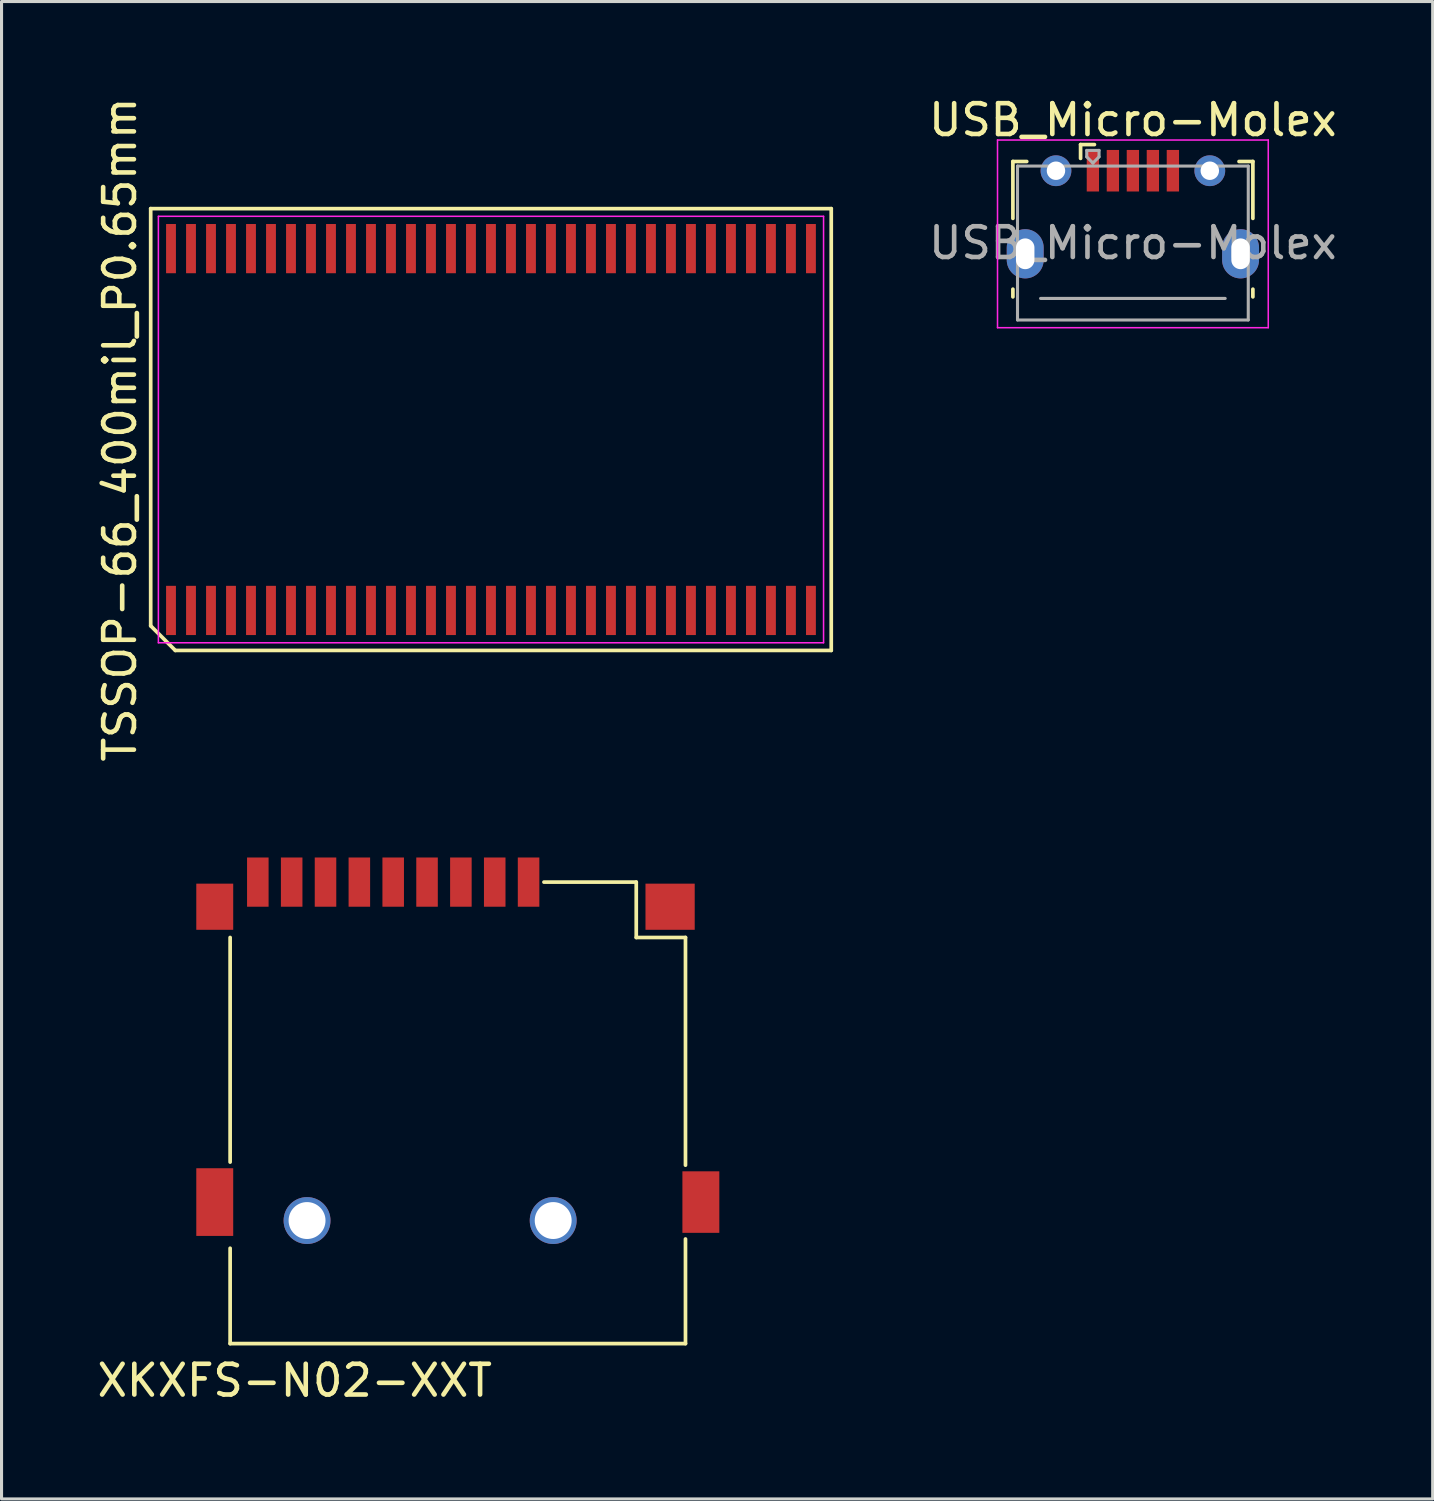
<source format=kicad_pcb>
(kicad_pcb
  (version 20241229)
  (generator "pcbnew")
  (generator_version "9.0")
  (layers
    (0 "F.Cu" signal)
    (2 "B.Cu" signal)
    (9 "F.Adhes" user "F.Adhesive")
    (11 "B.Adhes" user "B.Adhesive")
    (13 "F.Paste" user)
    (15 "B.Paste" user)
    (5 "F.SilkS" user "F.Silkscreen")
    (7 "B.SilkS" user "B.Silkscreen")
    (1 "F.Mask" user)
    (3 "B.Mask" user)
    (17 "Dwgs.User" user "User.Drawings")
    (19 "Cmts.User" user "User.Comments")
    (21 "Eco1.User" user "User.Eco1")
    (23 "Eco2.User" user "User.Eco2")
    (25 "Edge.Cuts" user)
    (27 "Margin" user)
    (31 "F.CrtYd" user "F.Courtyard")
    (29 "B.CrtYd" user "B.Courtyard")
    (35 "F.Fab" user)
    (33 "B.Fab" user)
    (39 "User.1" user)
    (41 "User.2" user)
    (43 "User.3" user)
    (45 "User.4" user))
  (footprint "XKXFS-N02-XXT"
    (layer "F.Cu")
    (at 4.13 36.221)
    (property "Reference" "XKXFS-N02-XXT" (at 2.4 5.6 0) (layer "F.SilkS") (effects (font (size 1 1) (thickness 0.15))))
    (attr through_hole)
    (fp_line (start 0.3 -8.8) (end 0.3 -1.5) (stroke (width 0.12) (type solid)) (layer "F.SilkS"))
    (fp_line (start 0.3 4.4) (end 0.3 1.3) (stroke (width 0.12) (type solid)) (layer "F.SilkS"))
    (fp_line (start 10.5 -10.6) (end 13.5 -10.6) (stroke (width 0.12) (type solid)) (layer "F.SilkS"))
    (fp_line (start 13.5 -10.6) (end 13.5 -8.8) (stroke (width 0.12) (type solid)) (layer "F.SilkS"))
    (fp_line (start 13.5 -8.8) (end 15.1 -8.8) (stroke (width 0.12) (type solid)) (layer "F.SilkS"))
    (fp_line (start 15.1 -8.8) (end 15.1 -1.4) (stroke (width 0.12) (type solid)) (layer "F.SilkS"))
    (fp_line (start 15.1 1) (end 15.1 4.4) (stroke (width 0.12) (type solid)) (layer "F.SilkS"))
    (fp_line (start 15.1 4.4) (end 0.3 4.4) (stroke (width 0.12) (type solid)) (layer "F.SilkS"))
    (pad "" np_thru_hole circle (at 2.8 0.4) (size 1.524 1.524) (drill 1.2) (layers "*.Cu" "*.Mask"))
    (pad "" np_thru_hole circle (at 10.8 0.4) (size 1.524 1.524) (drill 1.2) (layers "*.Cu" "*.Mask"))
    (pad "1" smd rect (at 10 -10.6) (size 0.7 1.6) (layers "F.Cu" "F.Mask" "F.Paste"))
    (pad "2" smd rect (at 8.9 -10.6) (size 0.7 1.6) (layers "F.Cu" "F.Mask" "F.Paste"))
    (pad "3" smd rect (at 7.8 -10.6) (size 0.7 1.6) (layers "F.Cu" "F.Mask" "F.Paste"))
    (pad "4" smd rect (at 6.7 -10.6) (size 0.7 1.6) (layers "F.Cu" "F.Mask" "F.Paste"))
    (pad "5" smd rect (at 5.6 -10.6) (size 0.7 1.6) (layers "F.Cu" "F.Mask" "F.Paste"))
    (pad "6" smd rect (at 4.5 -10.6) (size 0.7 1.6) (layers "F.Cu" "F.Mask" "F.Paste"))
    (pad "7" smd rect (at 3.4 -10.6) (size 0.7 1.6) (layers "F.Cu" "F.Mask" "F.Paste"))
    (pad "8" smd rect (at 2.3 -10.6) (size 0.7 1.6) (layers "F.Cu" "F.Mask" "F.Paste"))
    (pad "9" smd rect (at 1.2 -10.6) (size 0.7 1.6) (layers "F.Cu" "F.Mask" "F.Paste"))
    (pad "10" smd rect (at -0.2 -9.8) (size 1.2 1.5) (layers "F.Cu" "F.Mask" "F.Paste"))
    (pad "10" smd rect (at -0.2 -0.2) (size 1.2 2.2) (layers "F.Cu" "F.Mask" "F.Paste"))
    (pad "11" smd rect (at 14.6 -9.8) (size 1.6 1.5) (layers "F.Cu" "F.Mask" "F.Paste"))
    (pad "11" smd rect (at 15.6 -0.2) (size 1.2 2) (layers "F.Cu" "F.Mask" "F.Paste")))
  (footprint "USB_Micro-Molex"
    (layer "F.Cu")
    (at 33.772 3.961)
    (property "Reference" "USB_Micro-Molex" (at 0 -3.112 0) (layer "F.SilkS") (effects (font (size 1 1) (thickness 0.15))))
    (attr smd)
    (fp_line (start -3.9 -1.762) (end -3.45 -1.762) (stroke (width 0.12) (type solid)) (layer "F.SilkS"))
    (fp_line (start -3.9 0.087) (end -3.9 -1.762) (stroke (width 0.12) (type solid)) (layer "F.SilkS"))
    (fp_line (start -3.9 2.638) (end -3.9 2.388) (stroke (width 0.12) (type solid)) (layer "F.SilkS"))
    (fp_line (start -1.7 -2.312) (end -1.7 -1.863) (stroke (width 0.12) (type solid)) (layer "F.SilkS"))
    (fp_line (start -1.7 -2.312) (end -1.25 -2.312) (stroke (width 0.12) (type solid)) (layer "F.SilkS"))
    (fp_line (start 3.9 -1.762) (end 3.45 -1.762) (stroke (width 0.12) (type solid)) (layer "F.SilkS"))
    (fp_line (start 3.9 0.087) (end 3.9 -1.762) (stroke (width 0.12) (type solid)) (layer "F.SilkS"))
    (fp_line (start 3.9 2.638) (end 3.9 2.388) (stroke (width 0.12) (type solid)) (layer "F.SilkS"))
    (fp_line (start -4.4 -2.46) (end 4.4 -2.46) (stroke (width 0.05) (type solid)) (layer "F.CrtYd"))
    (fp_line (start -4.4 3.64) (end -4.4 -2.46) (stroke (width 0.05) (type solid)) (layer "F.CrtYd"))
    (fp_line (start -4.4 3.64) (end 4.4 3.64) (stroke (width 0.05) (type solid)) (layer "F.CrtYd"))
    (fp_line (start 4.4 -2.46) (end 4.4 3.64) (stroke (width 0.05) (type solid)) (layer "F.CrtYd"))
    (fp_line (start -3.75 -1.613) (end 3.75 -1.613) (stroke (width 0.1) (type solid)) (layer "F.Fab"))
    (fp_line (start -3.75 3.388) (end -3.75 -1.613) (stroke (width 0.1) (type solid)) (layer "F.Fab"))
    (fp_line (start -3.75 3.389) (end 3.75 3.389) (stroke (width 0.1) (type solid)) (layer "F.Fab"))
    (fp_line (start -3 2.689) (end 3 2.689) (stroke (width 0.1) (type solid)) (layer "F.Fab"))
    (fp_line (start -1.5 -2.123) (end -1.5 -1.913) (stroke (width 0.1) (type solid)) (layer "F.Fab"))
    (fp_line (start -1.5 -2.123) (end -1.1 -2.123) (stroke (width 0.1) (type solid)) (layer "F.Fab"))
    (fp_line (start -1.3 -1.712) (end -1.5 -1.913) (stroke (width 0.1) (type solid)) (layer "F.Fab"))
    (fp_line (start -1.1 -2.123) (end -1.1 -1.913) (stroke (width 0.1) (type solid)) (layer "F.Fab"))
    (fp_line (start -1.1 -1.913) (end -1.3 -1.712) (stroke (width 0.1) (type solid)) (layer "F.Fab"))
    (fp_line (start 3.75 3.388) (end 3.75 -1.613) (stroke (width 0.1) (type solid)) (layer "F.Fab"))
    (fp_text user "${REFERENCE}" (at 0 0.887 0) (layer "F.Fab") (effects (font (size 1 1) (thickness 0.15))))
    (pad "1" smd rect (at -1.3 -1.462) (size 0.4 1.35) (layers "F.Cu" "F.Mask" "F.Paste"))
    (pad "2" smd rect (at -0.65 -1.462) (size 0.4 1.35) (layers "F.Cu" "F.Mask" "F.Paste"))
    (pad "3" smd rect (at 0 -1.462) (size 0.4 1.35) (layers "F.Cu" "F.Mask" "F.Paste"))
    (pad "4" smd rect (at 0.65 -1.462) (size 0.4 1.35) (layers "F.Cu" "F.Mask" "F.Paste"))
    (pad "5" smd rect (at 1.3 -1.462) (size 0.4 1.35) (layers "F.Cu" "F.Mask" "F.Paste"))
    (pad "6" thru_hole oval (at -3.5 1.238 180) (size 1.2 1.6) (drill oval 0.6 1) (layers "*.Cu" "*.Mask"))
    (pad "6" thru_hole circle (at -2.5 -1.462) (size 1 1) (drill 0.6) (layers "*.Cu" "*.Mask"))
    (pad "6" thru_hole circle (at 2.5 -1.462) (size 1 1) (drill 0.6) (layers "*.Cu" "*.Mask"))
    (pad "6" thru_hole oval (at 3.5 1.238) (size 1.2 1.6) (drill oval 0.6 1) (layers "*.Cu" "*.Mask")))
  (footprint "TSSOP-66_400mil_P0.65mm"
    (layer "F.Cu")
    (at 12.908 10.911)
    (property "Reference" "TSSOP-66_400mil_P0.65mm" (at -12.06 0 90) (layer "F.SilkS") (effects (font (size 1 1) (thickness 0.15))))
    (attr smd)
    (fp_line (start -11.06 -7.18) (end 11.06 -7.18) (stroke (width 0.12) (type solid)) (layer "F.SilkS"))
    (fp_line (start -11.06 6.38) (end -11.06 -7.18) (stroke (width 0.12) (type solid)) (layer "F.SilkS"))
    (fp_line (start -10.26 7.18) (end -11.06 6.38) (stroke (width 0.12) (type solid)) (layer "F.SilkS"))
    (fp_line (start 11.06 -7.18) (end 11.06 7.18) (stroke (width 0.12) (type solid)) (layer "F.SilkS"))
    (fp_line (start 11.06 7.18) (end -10.26 7.18) (stroke (width 0.12) (type solid)) (layer "F.SilkS"))
    (fp_line (start -10.81 -6.93) (end 10.81 -6.93) (stroke (width 0.05) (type solid)) (layer "F.CrtYd"))
    (fp_line (start -10.81 6.93) (end -10.81 -6.93) (stroke (width 0.05) (type solid)) (layer "F.CrtYd"))
    (fp_line (start 10.81 -6.93) (end 10.81 6.93) (stroke (width 0.05) (type solid)) (layer "F.CrtYd"))
    (fp_line (start 10.81 6.93) (end -10.81 6.93) (stroke (width 0.05) (type solid)) (layer "F.CrtYd"))
    (pad "1" smd rect (at -10.4 5.88) (size 0.32 1.6) (layers "F.Cu" "F.Mask" "F.Paste"))
    (pad "2" smd rect (at -9.75 5.88) (size 0.32 1.6) (layers "F.Cu" "F.Mask" "F.Paste"))
    (pad "3" smd rect (at -9.1 5.88) (size 0.32 1.6) (layers "F.Cu" "F.Mask" "F.Paste"))
    (pad "4" smd rect (at -8.45 5.88) (size 0.32 1.6) (layers "F.Cu" "F.Mask" "F.Paste"))
    (pad "5" smd rect (at -7.8 5.88) (size 0.32 1.6) (layers "F.Cu" "F.Mask" "F.Paste"))
    (pad "6" smd rect (at -7.15 5.88) (size 0.32 1.6) (layers "F.Cu" "F.Mask" "F.Paste"))
    (pad "7" smd rect (at -6.5 5.88) (size 0.32 1.6) (layers "F.Cu" "F.Mask" "F.Paste"))
    (pad "8" smd rect (at -5.85 5.88) (size 0.32 1.6) (layers "F.Cu" "F.Mask" "F.Paste"))
    (pad "9" smd rect (at -5.2 5.88) (size 0.32 1.6) (layers "F.Cu" "F.Mask" "F.Paste"))
    (pad "10" smd rect (at -4.55 5.88) (size 0.32 1.6) (layers "F.Cu" "F.Mask" "F.Paste"))
    (pad "11" smd rect (at -3.9 5.88) (size 0.32 1.6) (layers "F.Cu" "F.Mask" "F.Paste"))
    (pad "12" smd rect (at -3.25 5.88) (size 0.32 1.6) (layers "F.Cu" "F.Mask" "F.Paste"))
    (pad "13" smd rect (at -2.6 5.88) (size 0.32 1.6) (layers "F.Cu" "F.Mask" "F.Paste"))
    (pad "14" smd rect (at -1.95 5.88) (size 0.32 1.6) (layers "F.Cu" "F.Mask" "F.Paste"))
    (pad "15" smd rect (at -1.3 5.88) (size 0.32 1.6) (layers "F.Cu" "F.Mask" "F.Paste"))
    (pad "16" smd rect (at -0.65 5.88) (size 0.32 1.6) (layers "F.Cu" "F.Mask" "F.Paste"))
    (pad "17" smd rect (at 0 5.88) (size 0.32 1.6) (layers "F.Cu" "F.Mask" "F.Paste"))
    (pad "18" smd rect (at 0.65 5.88) (size 0.32 1.6) (layers "F.Cu" "F.Mask" "F.Paste"))
    (pad "19" smd rect (at 1.3 5.88) (size 0.32 1.6) (layers "F.Cu" "F.Mask" "F.Paste"))
    (pad "20" smd rect (at 1.95 5.88) (size 0.32 1.6) (layers "F.Cu" "F.Mask" "F.Paste"))
    (pad "21" smd rect (at 2.6 5.88) (size 0.32 1.6) (layers "F.Cu" "F.Mask" "F.Paste"))
    (pad "22" smd rect (at 3.25 5.88) (size 0.32 1.6) (layers "F.Cu" "F.Mask" "F.Paste"))
    (pad "23" smd rect (at 3.9 5.88) (size 0.32 1.6) (layers "F.Cu" "F.Mask" "F.Paste"))
    (pad "24" smd rect (at 4.55 5.88) (size 0.32 1.6) (layers "F.Cu" "F.Mask" "F.Paste"))
    (pad "25" smd rect (at 5.2 5.88) (size 0.32 1.6) (layers "F.Cu" "F.Mask" "F.Paste"))
    (pad "26" smd rect (at 5.85 5.88) (size 0.32 1.6) (layers "F.Cu" "F.Mask" "F.Paste"))
    (pad "27" smd rect (at 6.5 5.88) (size 0.32 1.6) (layers "F.Cu" "F.Mask" "F.Paste"))
    (pad "28" smd rect (at 7.15 5.88) (size 0.32 1.6) (layers "F.Cu" "F.Mask" "F.Paste"))
    (pad "29" smd rect (at 7.8 5.88) (size 0.32 1.6) (layers "F.Cu" "F.Mask" "F.Paste"))
    (pad "30" smd rect (at 8.45 5.88) (size 0.32 1.6) (layers "F.Cu" "F.Mask" "F.Paste"))
    (pad "31" smd rect (at 9.1 5.88) (size 0.32 1.6) (layers "F.Cu" "F.Mask" "F.Paste"))
    (pad "32" smd rect (at 9.75 5.88) (size 0.32 1.6) (layers "F.Cu" "F.Mask" "F.Paste"))
    (pad "33" smd rect (at 10.4 5.88) (size 0.32 1.6) (layers "F.Cu" "F.Mask" "F.Paste"))
    (pad "34" smd rect (at 10.4 -5.88) (size 0.32 1.6) (layers "F.Cu" "F.Mask" "F.Paste"))
    (pad "35" smd rect (at 9.75 -5.88) (size 0.32 1.6) (layers "F.Cu" "F.Mask" "F.Paste"))
    (pad "36" smd rect (at 9.1 -5.88) (size 0.32 1.6) (layers "F.Cu" "F.Mask" "F.Paste"))
    (pad "37" smd rect (at 8.45 -5.88) (size 0.32 1.6) (layers "F.Cu" "F.Mask" "F.Paste"))
    (pad "38" smd rect (at 7.8 -5.88) (size 0.32 1.6) (layers "F.Cu" "F.Mask" "F.Paste"))
    (pad "39" smd rect (at 7.15 -5.88) (size 0.32 1.6) (layers "F.Cu" "F.Mask" "F.Paste"))
    (pad "40" smd rect (at 6.5 -5.88) (size 0.32 1.6) (layers "F.Cu" "F.Mask" "F.Paste"))
    (pad "41" smd rect (at 5.85 -5.88) (size 0.32 1.6) (layers "F.Cu" "F.Mask" "F.Paste"))
    (pad "42" smd rect (at 5.2 -5.88) (size 0.32 1.6) (layers "F.Cu" "F.Mask" "F.Paste"))
    (pad "43" smd rect (at 4.55 -5.88) (size 0.32 1.6) (layers "F.Cu" "F.Mask" "F.Paste"))
    (pad "44" smd rect (at 3.9 -5.88) (size 0.32 1.6) (layers "F.Cu" "F.Mask" "F.Paste"))
    (pad "45" smd rect (at 3.25 -5.88) (size 0.32 1.6) (layers "F.Cu" "F.Mask" "F.Paste"))
    (pad "46" smd rect (at 2.6 -5.88) (size 0.32 1.6) (layers "F.Cu" "F.Mask" "F.Paste"))
    (pad "47" smd rect (at 1.95 -5.88) (size 0.32 1.6) (layers "F.Cu" "F.Mask" "F.Paste"))
    (pad "48" smd rect (at 1.3 -5.88) (size 0.32 1.6) (layers "F.Cu" "F.Mask" "F.Paste"))
    (pad "49" smd rect (at 0.65 -5.88) (size 0.32 1.6) (layers "F.Cu" "F.Mask" "F.Paste"))
    (pad "50" smd rect (at 0 -5.88) (size 0.32 1.6) (layers "F.Cu" "F.Mask" "F.Paste"))
    (pad "51" smd rect (at -0.65 -5.88) (size 0.32 1.6) (layers "F.Cu" "F.Mask" "F.Paste"))
    (pad "52" smd rect (at -1.3 -5.88) (size 0.32 1.6) (layers "F.Cu" "F.Mask" "F.Paste"))
    (pad "53" smd rect (at -1.95 -5.88) (size 0.32 1.6) (layers "F.Cu" "F.Mask" "F.Paste"))
    (pad "54" smd rect (at -2.6 -5.88) (size 0.32 1.6) (layers "F.Cu" "F.Mask" "F.Paste"))
    (pad "55" smd rect (at -3.25 -5.88) (size 0.32 1.6) (layers "F.Cu" "F.Mask" "F.Paste"))
    (pad "56" smd rect (at -3.9 -5.88) (size 0.32 1.6) (layers "F.Cu" "F.Mask" "F.Paste"))
    (pad "57" smd rect (at -4.55 -5.88) (size 0.32 1.6) (layers "F.Cu" "F.Mask" "F.Paste"))
    (pad "58" smd rect (at -5.2 -5.88) (size 0.32 1.6) (layers "F.Cu" "F.Mask" "F.Paste"))
    (pad "59" smd rect (at -5.85 -5.88) (size 0.32 1.6) (layers "F.Cu" "F.Mask" "F.Paste"))
    (pad "60" smd rect (at -6.5 -5.88) (size 0.32 1.6) (layers "F.Cu" "F.Mask" "F.Paste"))
    (pad "61" smd rect (at -7.15 -5.88) (size 0.32 1.6) (layers "F.Cu" "F.Mask" "F.Paste"))
    (pad "62" smd rect (at -7.8 -5.88) (size 0.32 1.6) (layers "F.Cu" "F.Mask" "F.Paste"))
    (pad "63" smd rect (at -8.45 -5.88) (size 0.32 1.6) (layers "F.Cu" "F.Mask" "F.Paste"))
    (pad "64" smd rect (at -9.1 -5.88) (size 0.32 1.6) (layers "F.Cu" "F.Mask" "F.Paste"))
    (pad "65" smd rect (at -9.75 -5.88) (size 0.32 1.6) (layers "F.Cu" "F.Mask" "F.Paste"))
    (pad "66" smd rect (at -10.4 -5.88) (size 0.32 1.6) (layers "F.Cu" "F.Mask" "F.Paste")))
  (gr_rect
    (start -3 -3)
    (end 43.516 45.67)
    (stroke (width 0.1) (type default))
    (fill no)
    (layer "Edge.Cuts")))
</source>
